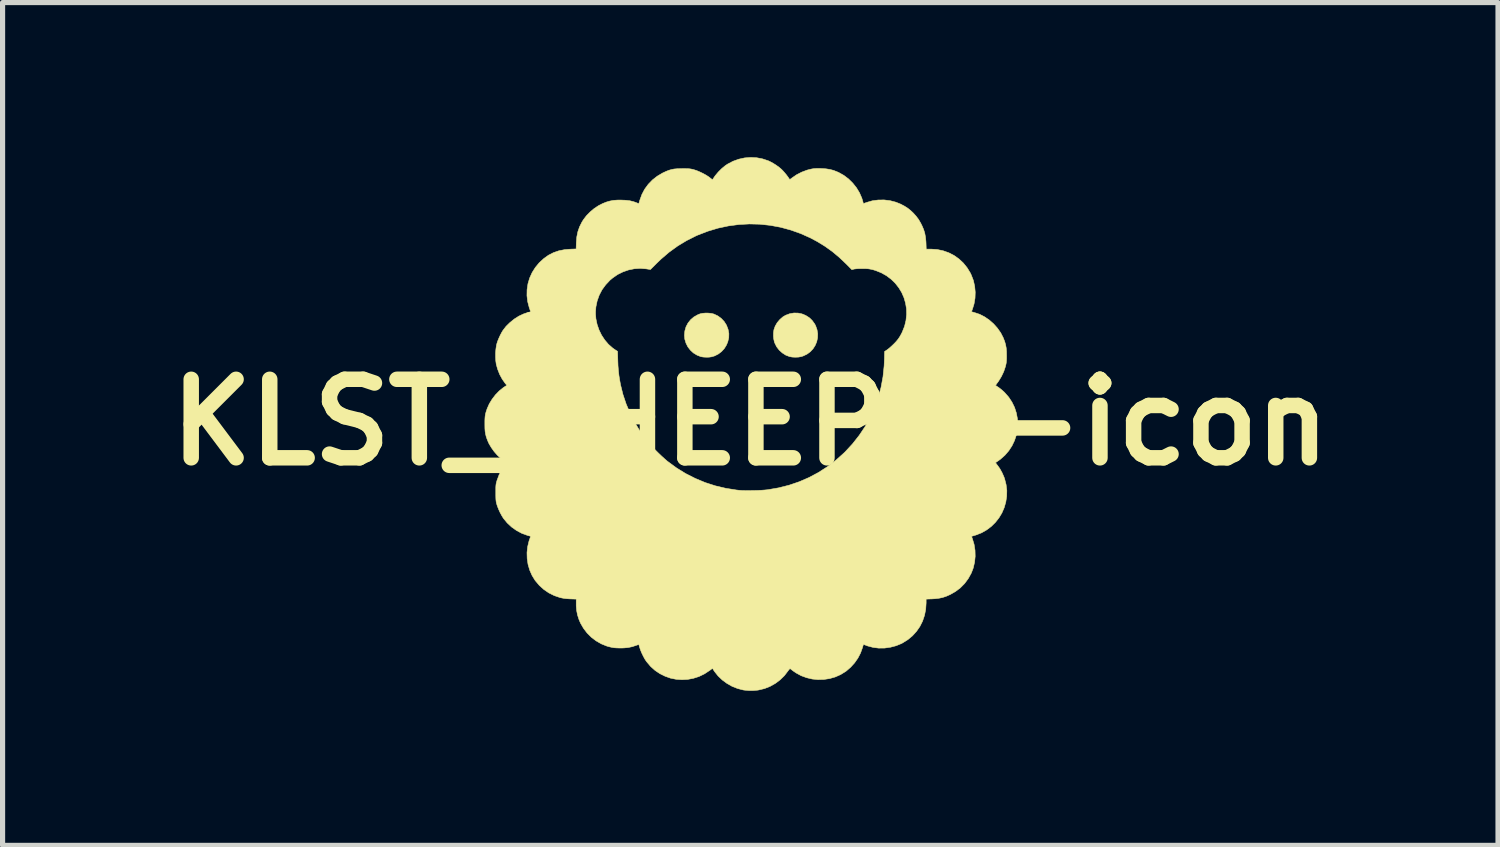
<source format=kicad_pcb>
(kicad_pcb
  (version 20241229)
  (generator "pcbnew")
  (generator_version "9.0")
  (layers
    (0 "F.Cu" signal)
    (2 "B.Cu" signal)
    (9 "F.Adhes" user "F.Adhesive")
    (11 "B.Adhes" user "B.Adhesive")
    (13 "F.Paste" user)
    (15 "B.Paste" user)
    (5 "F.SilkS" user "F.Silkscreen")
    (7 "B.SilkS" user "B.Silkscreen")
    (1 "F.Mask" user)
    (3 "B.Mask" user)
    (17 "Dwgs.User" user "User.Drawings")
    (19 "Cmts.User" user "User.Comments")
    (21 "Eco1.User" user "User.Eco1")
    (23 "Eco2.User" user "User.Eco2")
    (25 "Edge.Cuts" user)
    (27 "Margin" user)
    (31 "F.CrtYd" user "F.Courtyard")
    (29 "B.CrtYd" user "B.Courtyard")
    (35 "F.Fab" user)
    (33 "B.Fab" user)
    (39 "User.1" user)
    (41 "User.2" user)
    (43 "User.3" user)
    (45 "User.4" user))
  (footprint "KLST_SHEEP--icon"
    (layer "F.Cu")
    (at 11.51 5.145)
    (property "Reference" "KLST_SHEEP--icon" (at 0 0 0) (layer "F.SilkS") (effects (font (size 1.524 1.524) (thickness 0.3))))
    (attr through_hole)
    (fp_poly (pts (xy -0.808 -2.119) (xy -0.751 -2.112) (xy -0.707 -2.101) (xy -0.631 -2.065) (xy -0.564 -2.016) (xy -0.508 -1.957) (xy -0.464 -1.888) (xy -0.462 -1.884) (xy -0.431 -1.803) (xy -0.416 -1.722) (xy -0.418 -1.642) (xy -0.437 -1.562) (xy -0.463 -1.499) (xy -0.505 -1.431) (xy -0.559 -1.372) (xy -0.623 -1.324) (xy -0.694 -1.288) (xy -0.752 -1.271) (xy -0.8 -1.264) (xy -0.855 -1.263) (xy -0.909 -1.266) (xy -0.955 -1.273) (xy -0.959 -1.274) (xy -1.035 -1.304) (xy -1.104 -1.346) (xy -1.163 -1.401) (xy -1.212 -1.464) (xy -1.248 -1.536) (xy -1.271 -1.612) (xy -1.278 -1.689) (xy -1.27 -1.774) (xy -1.247 -1.854) (xy -1.209 -1.926) (xy -1.158 -1.99) (xy -1.095 -2.044) (xy -1.021 -2.086) (xy -0.974 -2.105) (xy -0.926 -2.115) (xy -0.869 -2.12) (xy -0.808 -2.119)) (stroke (width 0.01) (type solid)) (fill yes) (layer "F.SilkS"))
    (fp_poly (pts (xy 0.924 -2.12) (xy 1.002 -2.104) (xy 1.075 -2.074) (xy 1.142 -2.032) (xy 1.2 -1.977) (xy 1.248 -1.911) (xy 1.267 -1.876) (xy 1.295 -1.797) (xy 1.308 -1.718) (xy 1.305 -1.639) (xy 1.289 -1.563) (xy 1.259 -1.492) (xy 1.217 -1.426) (xy 1.164 -1.369) (xy 1.099 -1.322) (xy 1.026 -1.287) (xy 0.985 -1.274) (xy 0.932 -1.265) (xy 0.872 -1.263) (xy 0.812 -1.266) (xy 0.763 -1.275) (xy 0.689 -1.303) (xy 0.622 -1.346) (xy 0.562 -1.4) (xy 0.512 -1.464) (xy 0.476 -1.536) (xy 0.466 -1.564) (xy 0.455 -1.615) (xy 0.449 -1.674) (xy 0.45 -1.735) (xy 0.457 -1.788) (xy 0.458 -1.795) (xy 0.483 -1.866) (xy 0.522 -1.934) (xy 0.573 -1.994) (xy 0.633 -2.046) (xy 0.687 -2.078) (xy 0.765 -2.107) (xy 0.845 -2.121) (xy 0.924 -2.12)) (stroke (width 0.01) (type solid)) (fill yes) (layer "F.SilkS"))
    (fp_poly (pts (xy 0.124 -5.134) (xy 0.238 -5.112) (xy 0.349 -5.075) (xy 0.383 -5.059) (xy 0.441 -5.028) (xy 0.503 -4.989) (xy 0.562 -4.946) (xy 0.603 -4.911) (xy 0.631 -4.883) (xy 0.664 -4.846) (xy 0.698 -4.805) (xy 0.729 -4.764) (xy 0.753 -4.728) (xy 0.758 -4.721) (xy 0.764 -4.715) (xy 0.773 -4.716) (xy 0.788 -4.726) (xy 0.809 -4.742) (xy 0.897 -4.803) (xy 0.996 -4.854) (xy 1.102 -4.894) (xy 1.177 -4.913) (xy 1.215 -4.92) (xy 1.251 -4.924) (xy 1.288 -4.926) (xy 1.334 -4.926) (xy 1.38 -4.925) (xy 1.468 -4.919) (xy 1.545 -4.907) (xy 1.617 -4.888) (xy 1.69 -4.859) (xy 1.717 -4.847) (xy 1.815 -4.792) (xy 1.906 -4.723) (xy 1.988 -4.642) (xy 2.06 -4.552) (xy 2.119 -4.454) (xy 2.164 -4.351) (xy 2.185 -4.282) (xy 2.194 -4.244) (xy 2.262 -4.268) (xy 2.37 -4.299) (xy 2.483 -4.314) (xy 2.598 -4.315) (xy 2.712 -4.301) (xy 2.823 -4.272) (xy 2.909 -4.238) (xy 2.99 -4.196) (xy 3.06 -4.151) (xy 3.124 -4.098) (xy 3.159 -4.065) (xy 3.216 -4.002) (xy 3.265 -3.937) (xy 3.307 -3.865) (xy 3.332 -3.815) (xy 3.363 -3.743) (xy 3.385 -3.673) (xy 3.399 -3.598) (xy 3.408 -3.514) (xy 3.41 -3.478) (xy 3.414 -3.361) (xy 3.505 -3.361) (xy 3.626 -3.353) (xy 3.742 -3.329) (xy 3.852 -3.29) (xy 3.955 -3.237) (xy 4.049 -3.17) (xy 4.134 -3.091) (xy 4.208 -2.999) (xy 4.271 -2.896) (xy 4.288 -2.859) (xy 4.329 -2.753) (xy 4.354 -2.641) (xy 4.365 -2.525) (xy 4.361 -2.41) (xy 4.342 -2.297) (xy 4.313 -2.203) (xy 4.303 -2.175) (xy 4.296 -2.155) (xy 4.295 -2.146) (xy 4.295 -2.146) (xy 4.303 -2.143) (xy 4.324 -2.137) (xy 4.352 -2.129) (xy 4.451 -2.096) (xy 4.546 -2.047) (xy 4.637 -1.985) (xy 4.721 -1.911) (xy 4.795 -1.828) (xy 4.859 -1.737) (xy 4.909 -1.64) (xy 4.91 -1.636) (xy 4.936 -1.57) (xy 4.954 -1.507) (xy 4.966 -1.443) (xy 4.972 -1.372) (xy 4.973 -1.295) (xy 4.973 -1.241) (xy 4.971 -1.199) (xy 4.968 -1.165) (xy 4.963 -1.133) (xy 4.955 -1.1) (xy 4.95 -1.079) (xy 4.918 -0.984) (xy 4.873 -0.889) (xy 4.82 -0.802) (xy 4.805 -0.78) (xy 4.784 -0.753) (xy 4.769 -0.731) (xy 4.761 -0.718) (xy 4.76 -0.716) (xy 4.768 -0.71) (xy 4.786 -0.698) (xy 4.811 -0.681) (xy 4.818 -0.677) (xy 4.848 -0.654) (xy 4.885 -0.624) (xy 4.921 -0.592) (xy 4.937 -0.576) (xy 5.015 -0.487) (xy 5.078 -0.391) (xy 5.128 -0.289) (xy 5.162 -0.183) (xy 5.183 -0.074) (xy 5.189 0.035) (xy 5.182 0.145) (xy 5.161 0.253) (xy 5.126 0.357) (xy 5.078 0.457) (xy 5.016 0.552) (xy 4.941 0.639) (xy 4.853 0.717) (xy 4.809 0.749) (xy 4.785 0.765) (xy 4.767 0.778) (xy 4.76 0.783) (xy 4.763 0.79) (xy 4.775 0.807) (xy 4.793 0.831) (xy 4.798 0.836) (xy 4.844 0.902) (xy 4.887 0.98) (xy 4.923 1.062) (xy 4.935 1.096) (xy 4.964 1.21) (xy 4.978 1.324) (xy 4.975 1.438) (xy 4.958 1.548) (xy 4.927 1.656) (xy 4.883 1.758) (xy 4.826 1.853) (xy 4.757 1.941) (xy 4.677 2.02) (xy 4.587 2.088) (xy 4.487 2.145) (xy 4.377 2.188) (xy 4.36 2.193) (xy 4.33 2.202) (xy 4.307 2.209) (xy 4.296 2.213) (xy 4.295 2.214) (xy 4.297 2.222) (xy 4.303 2.241) (xy 4.31 2.26) (xy 4.343 2.37) (xy 4.361 2.485) (xy 4.364 2.602) (xy 4.352 2.717) (xy 4.326 2.829) (xy 4.288 2.927) (xy 4.23 3.032) (xy 4.159 3.128) (xy 4.076 3.212) (xy 3.981 3.284) (xy 3.876 3.344) (xy 3.873 3.345) (xy 3.8 3.377) (xy 3.73 3.4) (xy 3.658 3.415) (xy 3.578 3.424) (xy 3.528 3.427) (xy 3.412 3.431) (xy 3.412 3.506) (xy 3.404 3.629) (xy 3.381 3.746) (xy 3.343 3.858) (xy 3.291 3.962) (xy 3.225 4.057) (xy 3.147 4.143) (xy 3.057 4.218) (xy 2.956 4.281) (xy 2.934 4.293) (xy 2.829 4.336) (xy 2.719 4.365) (xy 2.606 4.381) (xy 2.493 4.382) (xy 2.383 4.368) (xy 2.277 4.34) (xy 2.232 4.323) (xy 2.211 4.315) (xy 2.197 4.312) (xy 2.196 4.312) (xy 2.192 4.322) (xy 2.185 4.343) (xy 2.177 4.372) (xy 2.175 4.378) (xy 2.139 4.478) (xy 2.088 4.576) (xy 2.024 4.668) (xy 1.948 4.752) (xy 1.863 4.826) (xy 1.849 4.836) (xy 1.752 4.896) (xy 1.648 4.942) (xy 1.54 4.973) (xy 1.428 4.99) (xy 1.314 4.993) (xy 1.202 4.982) (xy 1.092 4.956) (xy 0.986 4.917) (xy 0.887 4.863) (xy 0.836 4.828) (xy 0.809 4.808) (xy 0.788 4.791) (xy 0.774 4.782) (xy 0.773 4.781) (xy 0.764 4.785) (xy 0.75 4.8) (xy 0.733 4.823) (xy 0.732 4.824) (xy 0.662 4.916) (xy 0.579 4.997) (xy 0.486 5.067) (xy 0.385 5.124) (xy 0.277 5.167) (xy 0.165 5.194) (xy 0.141 5.198) (xy 0.059 5.205) (xy -0.028 5.205) (xy -0.11 5.198) (xy -0.138 5.194) (xy -0.247 5.166) (xy -0.353 5.124) (xy -0.452 5.068) (xy -0.543 5.001) (xy -0.624 4.924) (xy -0.692 4.839) (xy -0.699 4.829) (xy -0.715 4.804) (xy -0.727 4.785) (xy -0.733 4.777) (xy -0.733 4.777) (xy -0.74 4.78) (xy -0.757 4.792) (xy -0.781 4.81) (xy -0.79 4.816) (xy -0.89 4.882) (xy -0.995 4.933) (xy -1.104 4.968) (xy -1.215 4.989) (xy -1.327 4.995) (xy -1.439 4.987) (xy -1.548 4.965) (xy -1.653 4.928) (xy -1.754 4.878) (xy -1.848 4.815) (xy -1.934 4.738) (xy -2.01 4.648) (xy -2.02 4.635) (xy -2.05 4.589) (xy -2.08 4.532) (xy -2.109 4.472) (xy -2.132 4.415) (xy -2.147 4.369) (xy -2.155 4.341) (xy -2.161 4.32) (xy -2.163 4.312) (xy -2.163 4.312) (xy -2.171 4.314) (xy -2.19 4.32) (xy -2.21 4.327) (xy -2.291 4.354) (xy -2.371 4.371) (xy -2.458 4.379) (xy -2.515 4.38) (xy -2.583 4.379) (xy -2.641 4.375) (xy -2.694 4.366) (xy -2.748 4.353) (xy -2.786 4.342) (xy -2.892 4.299) (xy -2.993 4.241) (xy -3.085 4.171) (xy -3.167 4.089) (xy -3.237 3.997) (xy -3.295 3.897) (xy -3.324 3.829) (xy -3.353 3.739) (xy -3.37 3.653) (xy -3.378 3.563) (xy -3.378 3.528) (xy -3.378 3.431) (xy -3.495 3.427) (xy -3.563 3.423) (xy -3.621 3.416) (xy -3.675 3.405) (xy -3.693 3.401) (xy -3.804 3.363) (xy -3.909 3.311) (xy -4.007 3.244) (xy -4.095 3.164) (xy -4.172 3.073) (xy -4.176 3.068) (xy -4.235 2.972) (xy -4.281 2.868) (xy -4.313 2.758) (xy -4.33 2.644) (xy -4.333 2.529) (xy -4.321 2.415) (xy -4.294 2.303) (xy -4.286 2.28) (xy -4.262 2.212) (xy -4.329 2.193) (xy -4.435 2.154) (xy -4.536 2.1) (xy -4.631 2.033) (xy -4.716 1.954) (xy -4.788 1.867) (xy -4.789 1.866) (xy -4.821 1.815) (xy -4.854 1.754) (xy -4.884 1.689) (xy -4.909 1.625) (xy -4.921 1.586) (xy -4.928 1.559) (xy -4.933 1.533) (xy -4.936 1.505) (xy -4.938 1.47) (xy -4.939 1.425) (xy -4.939 1.367) (xy -4.939 1.363) (xy -4.939 1.307) (xy -4.939 1.264) (xy -4.937 1.23) (xy -4.934 1.204) (xy -4.93 1.18) (xy -4.923 1.155) (xy -4.916 1.13) (xy -4.874 1.017) (xy -4.819 0.912) (xy -4.777 0.849) (xy -4.727 0.782) (xy -4.779 0.749) (xy -4.844 0.699) (xy -4.91 0.637) (xy -4.972 0.566) (xy -5.026 0.49) (xy -5.071 0.414) (xy -5.089 0.375) (xy -5.111 0.319) (xy -5.127 0.271) (xy -5.138 0.224) (xy -5.146 0.176) (xy -5.15 0.121) (xy -5.151 0.055) (xy -5.151 0.034) (xy -5.151 -0.03) (xy -5.149 -0.082) (xy -5.145 -0.125) (xy -5.138 -0.165) (xy -5.127 -0.204) (xy -5.112 -0.249) (xy -5.105 -0.269) (xy -5.064 -0.361) (xy -5.009 -0.45) (xy -4.944 -0.535) (xy -4.871 -0.61) (xy -4.793 -0.673) (xy -4.775 -0.685) (xy -4.724 -0.718) (xy -4.757 -0.757) (xy -4.814 -0.838) (xy -4.864 -0.93) (xy -4.903 -1.03) (xy -4.93 -1.126) (xy -4.939 -1.191) (xy -4.943 -1.265) (xy -4.943 -1.343) (xy -4.937 -1.419) (xy -4.927 -1.488) (xy -4.92 -1.52) (xy -4.904 -1.571) (xy -4.88 -1.63) (xy -4.852 -1.691) (xy -4.823 -1.746) (xy -4.799 -1.785) (xy -4.738 -1.864) (xy -4.663 -1.937) (xy -4.58 -2.004) (xy -4.492 -2.06) (xy -4.4 -2.103) (xy -4.348 -2.121) (xy -3.005 -2.121) (xy -2.996 -2.01) (xy -2.973 -1.9) (xy -2.936 -1.793) (xy -2.887 -1.692) (xy -2.825 -1.598) (xy -2.753 -1.513) (xy -2.67 -1.44) (xy -2.624 -1.408) (xy -2.576 -1.377) (xy -2.571 -1.203) (xy -2.567 -1.095) (xy -2.559 -0.999) (xy -2.549 -0.908) (xy -2.534 -0.816) (xy -2.518 -0.728) (xy -2.472 -0.542) (xy -2.41 -0.357) (xy -2.333 -0.175) (xy -2.243 0.002) (xy -2.14 0.172) (xy -2.025 0.332) (xy -2.007 0.356) (xy -1.962 0.409) (xy -1.908 0.469) (xy -1.847 0.533) (xy -1.783 0.597) (xy -1.719 0.658) (xy -1.658 0.713) (xy -1.605 0.759) (xy -1.6 0.762) (xy -1.431 0.886) (xy -1.254 0.995) (xy -1.068 1.089) (xy -0.876 1.169) (xy -0.678 1.233) (xy -0.474 1.281) (xy -0.267 1.314) (xy -0.199 1.321) (xy -0.148 1.324) (xy -0.085 1.325) (xy -0.013 1.325) (xy 0.063 1.324) (xy 0.14 1.322) (xy 0.213 1.319) (xy 0.278 1.314) (xy 0.332 1.309) (xy 0.339 1.308) (xy 0.549 1.272) (xy 0.754 1.22) (xy 0.951 1.153) (xy 1.14 1.071) (xy 1.322 0.974) (xy 1.496 0.862) (xy 1.661 0.736) (xy 1.818 0.595) (xy 1.842 0.572) (xy 1.985 0.417) (xy 2.114 0.253) (xy 2.229 0.081) (xy 2.329 -0.098) (xy 2.413 -0.285) (xy 2.483 -0.478) (xy 2.537 -0.678) (xy 2.575 -0.883) (xy 2.597 -1.093) (xy 2.603 -1.227) (xy 2.606 -1.374) (xy 2.656 -1.407) (xy 2.696 -1.438) (xy 2.741 -1.478) (xy 2.788 -1.523) (xy 2.832 -1.569) (xy 2.868 -1.613) (xy 2.875 -1.623) (xy 2.896 -1.654) (xy 2.92 -1.695) (xy 2.942 -1.737) (xy 2.95 -1.754) (xy 2.994 -1.865) (xy 3.021 -1.977) (xy 3.033 -2.09) (xy 3.031 -2.202) (xy 3.013 -2.311) (xy 2.983 -2.416) (xy 2.939 -2.517) (xy 2.882 -2.611) (xy 2.814 -2.698) (xy 2.734 -2.776) (xy 2.644 -2.844) (xy 2.543 -2.901) (xy 2.433 -2.945) (xy 2.381 -2.961) (xy 2.341 -2.97) (xy 2.305 -2.977) (xy 2.266 -2.981) (xy 2.22 -2.983) (xy 2.18 -2.983) (xy 2.127 -2.983) (xy 2.078 -2.981) (xy 2.039 -2.977) (xy 2.016 -2.974) (xy 1.97 -2.963) (xy 1.859 -3.075) (xy 1.726 -3.201) (xy 1.591 -3.314) (xy 1.45 -3.415) (xy 1.302 -3.506) (xy 1.169 -3.577) (xy 0.98 -3.662) (xy 0.786 -3.731) (xy 0.588 -3.785) (xy 0.388 -3.822) (xy 0.185 -3.844) (xy -0.018 -3.849) (xy -0.222 -3.838) (xy -0.425 -3.811) (xy -0.626 -3.768) (xy -0.825 -3.708) (xy -1.02 -3.633) (xy -1.054 -3.618) (xy -1.235 -3.527) (xy -1.409 -3.422) (xy -1.576 -3.301) (xy -1.736 -3.164) (xy -1.818 -3.085) (xy -1.938 -2.965) (xy -2.021 -2.978) (xy -2.135 -2.987) (xy -2.249 -2.98) (xy -2.362 -2.957) (xy -2.471 -2.919) (xy -2.575 -2.868) (xy -2.67 -2.802) (xy -2.723 -2.758) (xy -2.808 -2.667) (xy -2.878 -2.571) (xy -2.932 -2.467) (xy -2.972 -2.355) (xy -2.997 -2.235) (xy -2.997 -2.231) (xy -3.005 -2.121) (xy -4.348 -2.121) (xy -4.32 -2.13) (xy -4.262 -2.145) (xy -4.29 -2.226) (xy -4.32 -2.341) (xy -4.334 -2.457) (xy -4.332 -2.573) (xy -4.315 -2.688) (xy -4.282 -2.799) (xy -4.234 -2.905) (xy -4.172 -3.004) (xy -4.096 -3.096) (xy -4.008 -3.177) (xy -3.916 -3.243) (xy -3.818 -3.293) (xy -3.713 -3.329) (xy -3.6 -3.351) (xy -3.504 -3.359) (xy -3.38 -3.364) (xy -3.376 -3.487) (xy -3.367 -3.598) (xy -3.346 -3.7) (xy -3.313 -3.794) (xy -3.267 -3.886) (xy -3.237 -3.934) (xy -3.179 -4.01) (xy -3.108 -4.082) (xy -3.029 -4.149) (xy -2.944 -4.205) (xy -2.863 -4.246) (xy -2.793 -4.274) (xy -2.727 -4.293) (xy -2.66 -4.306) (xy -2.586 -4.312) (xy -2.519 -4.313) (xy -2.421 -4.309) (xy -2.336 -4.299) (xy -2.261 -4.28) (xy -2.203 -4.259) (xy -2.181 -4.249) (xy -2.167 -4.244) (xy -2.164 -4.244) (xy -2.161 -4.252) (xy -2.155 -4.273) (xy -2.146 -4.303) (xy -2.143 -4.313) (xy -2.103 -4.423) (xy -2.049 -4.525) (xy -1.98 -4.619) (xy -1.899 -4.703) (xy -1.806 -4.776) (xy -1.703 -4.837) (xy -1.688 -4.844) (xy -1.63 -4.871) (xy -1.579 -4.891) (xy -1.53 -4.905) (xy -1.481 -4.915) (xy -1.425 -4.92) (xy -1.359 -4.922) (xy -1.321 -4.923) (xy -1.264 -4.923) (xy -1.22 -4.922) (xy -1.185 -4.92) (xy -1.156 -4.916) (xy -1.129 -4.911) (xy -1.101 -4.904) (xy -1.044 -4.886) (xy -0.982 -4.86) (xy -0.919 -4.83) (xy -0.859 -4.797) (xy -0.809 -4.765) (xy -0.789 -4.75) (xy -0.764 -4.73) (xy -0.745 -4.716) (xy -0.734 -4.709) (xy -0.733 -4.709) (xy -0.683 -4.783) (xy -0.622 -4.856) (xy -0.555 -4.923) (xy -0.485 -4.981) (xy -0.44 -5.011) (xy -0.335 -5.066) (xy -0.224 -5.106) (xy -0.109 -5.131) (xy 0.007 -5.14) (xy 0.124 -5.134)) (stroke (width 0.01) (type solid)) (fill yes) (layer "F.SilkS")))
  (gr_rect
    (start -3 -3)
    (end 26.02 13.355)
    (stroke (width 0.1) (type default))
    (fill no)
    (layer "Edge.Cuts")))
</source>
